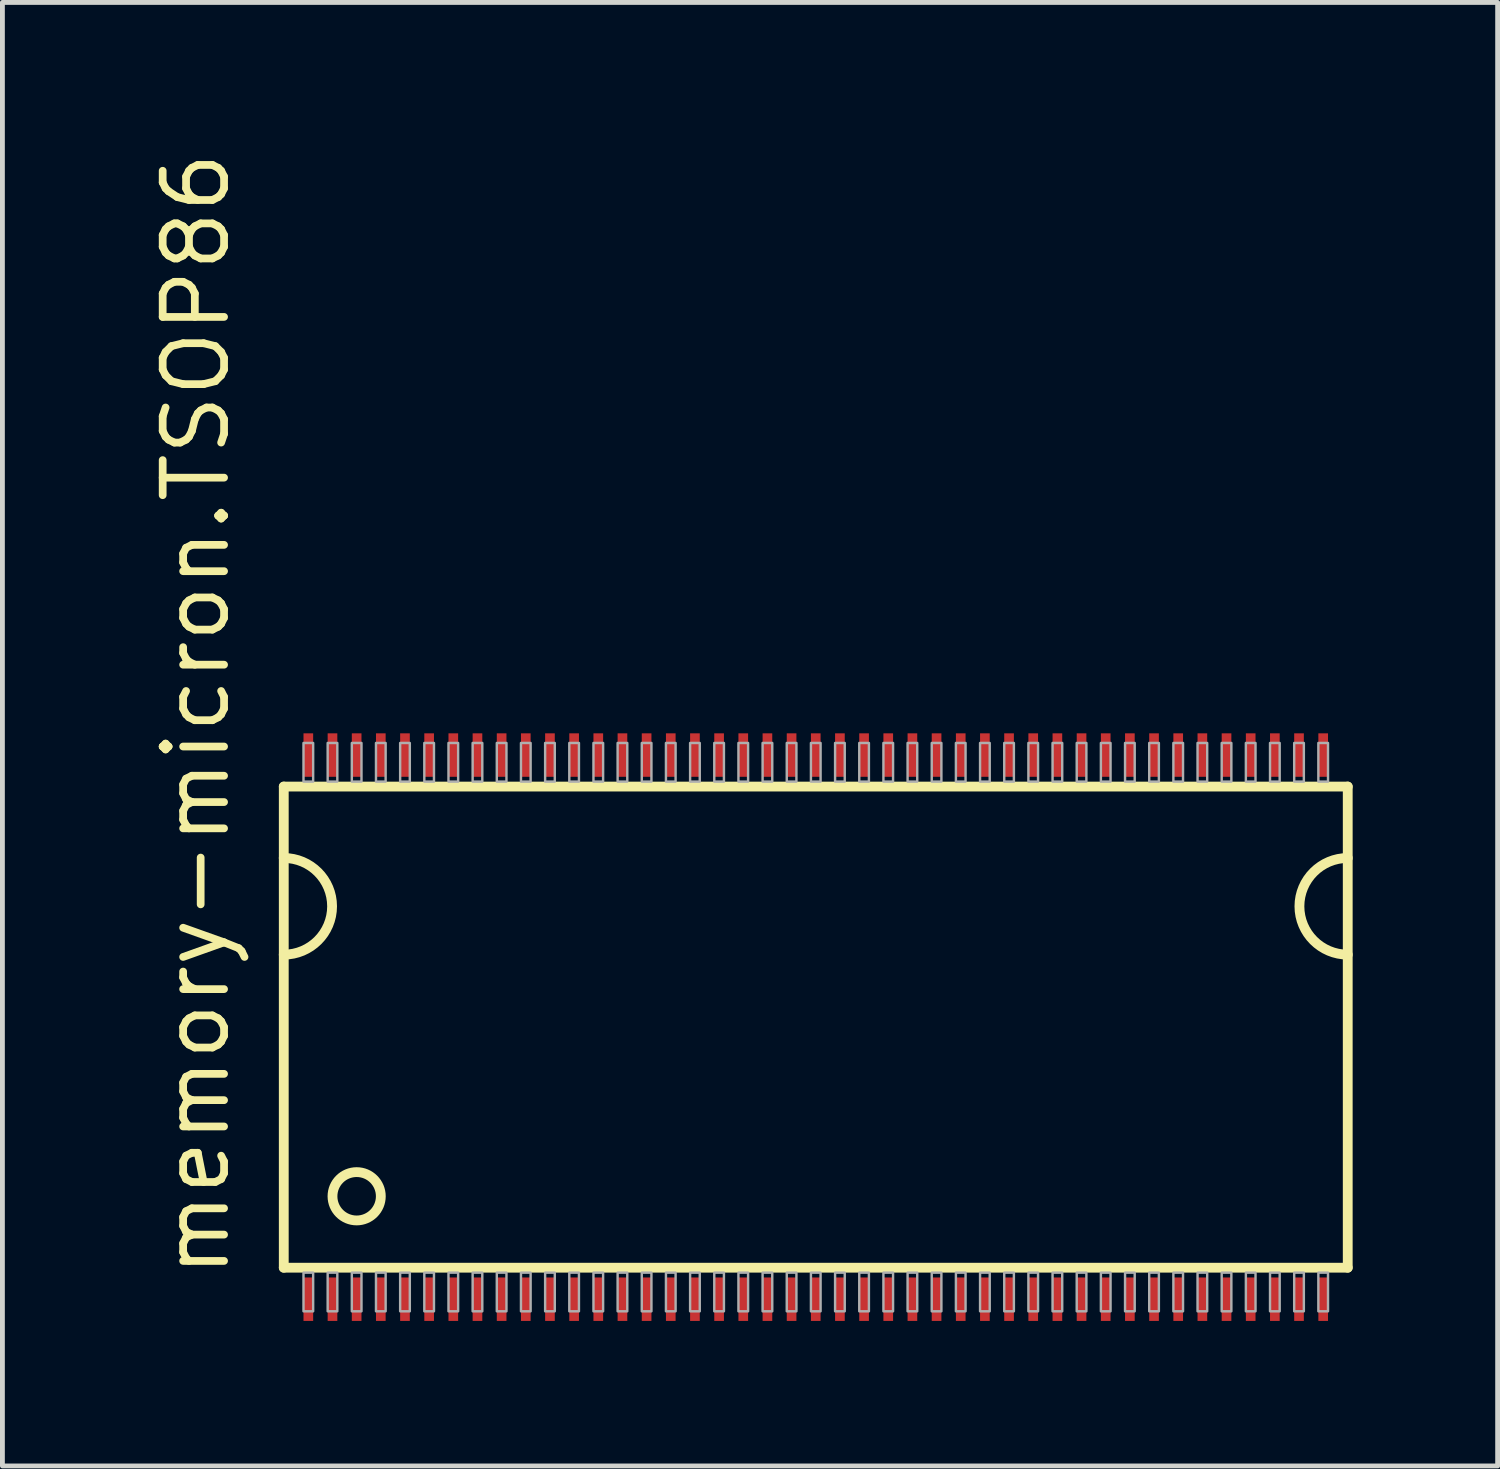
<source format=kicad_pcb>
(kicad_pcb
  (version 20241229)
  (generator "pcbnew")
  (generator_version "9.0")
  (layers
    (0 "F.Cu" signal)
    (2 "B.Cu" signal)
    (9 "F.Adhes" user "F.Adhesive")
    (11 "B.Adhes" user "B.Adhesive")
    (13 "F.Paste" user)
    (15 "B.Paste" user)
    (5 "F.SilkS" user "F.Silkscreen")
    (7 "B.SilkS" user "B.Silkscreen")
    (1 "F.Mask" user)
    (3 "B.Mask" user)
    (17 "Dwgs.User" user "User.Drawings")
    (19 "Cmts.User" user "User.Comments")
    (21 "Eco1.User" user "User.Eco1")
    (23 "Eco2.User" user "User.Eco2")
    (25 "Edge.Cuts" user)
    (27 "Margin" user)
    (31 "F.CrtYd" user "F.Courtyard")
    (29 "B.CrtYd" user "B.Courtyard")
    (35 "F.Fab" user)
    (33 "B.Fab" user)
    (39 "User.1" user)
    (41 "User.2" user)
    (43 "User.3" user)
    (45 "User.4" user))
  (footprint "memory-micron.TSOP86"
    (layer "F.Cu")
    (at 13.83 18.204)
    (property "Reference" "memory-micron.TSOP86" (at -12.08 5.245 90) (layer "F.SilkS") (effects (font (size 1.27 1.27) (thickness 0.16)) (justify left bottom)))
    (attr smd)
    (fp_line (start -11.008 -4.978) (end -11.008 4.978) (stroke (width 0.203) (type default)) (layer "F.SilkS"))
    (fp_line (start -11.008 4.978) (end 11.008 4.978) (stroke (width 0.203) (type default)) (layer "F.SilkS"))
    (fp_line (start 11.008 -4.978) (end -11.008 -4.978) (stroke (width 0.203) (type default)) (layer "F.SilkS"))
    (fp_line (start 11.008 4.978) (end 11.008 -4.978) (stroke (width 0.203) (type default)) (layer "F.SilkS"))
    (fp_arc (start -11.0084 -3.5) (mid -10.0084 -2.5) (end -11.0084 -1.5) (stroke (width 0.2032) (type default)) (layer "F.SilkS"))
    (fp_arc (start 11.0084 -1.5) (mid 10.0084 -2.5) (end 11.0084 -3.5) (stroke (width 0.2032) (type default)) (layer "F.SilkS"))
    (fp_circle (center -9.5 3.5) (end -9 3.5) (stroke (width 0.203) (type default)) (fill no) (layer "F.SilkS"))
    (fp_rect (start -10.6 -5.08) (end -10.4 -5.88) (stroke (width 0.05) (type default)) (fill no) (layer "F.Fab"))
    (fp_rect (start -10.6 5.88) (end -10.4 5.08) (stroke (width 0.05) (type default)) (fill no) (layer "F.Fab"))
    (fp_rect (start -10.1 -5.08) (end -9.9 -5.88) (stroke (width 0.05) (type default)) (fill no) (layer "F.Fab"))
    (fp_rect (start -10.1 5.88) (end -9.9 5.08) (stroke (width 0.05) (type default)) (fill no) (layer "F.Fab"))
    (fp_rect (start -9.6 -5.08) (end -9.4 -5.88) (stroke (width 0.05) (type default)) (fill no) (layer "F.Fab"))
    (fp_rect (start -9.6 5.88) (end -9.4 5.08) (stroke (width 0.05) (type default)) (fill no) (layer "F.Fab"))
    (fp_rect (start -9.1 -5.08) (end -8.9 -5.88) (stroke (width 0.05) (type default)) (fill no) (layer "F.Fab"))
    (fp_rect (start -9.1 5.88) (end -8.9 5.08) (stroke (width 0.05) (type default)) (fill no) (layer "F.Fab"))
    (fp_rect (start -8.6 -5.08) (end -8.4 -5.88) (stroke (width 0.05) (type default)) (fill no) (layer "F.Fab"))
    (fp_rect (start -8.6 5.88) (end -8.4 5.08) (stroke (width 0.05) (type default)) (fill no) (layer "F.Fab"))
    (fp_rect (start -8.1 -5.08) (end -7.9 -5.88) (stroke (width 0.05) (type default)) (fill no) (layer "F.Fab"))
    (fp_rect (start -8.1 5.88) (end -7.9 5.08) (stroke (width 0.05) (type default)) (fill no) (layer "F.Fab"))
    (fp_rect (start -7.6 -5.08) (end -7.4 -5.88) (stroke (width 0.05) (type default)) (fill no) (layer "F.Fab"))
    (fp_rect (start -7.6 5.88) (end -7.4 5.08) (stroke (width 0.05) (type default)) (fill no) (layer "F.Fab"))
    (fp_rect (start -7.1 -5.08) (end -6.9 -5.88) (stroke (width 0.05) (type default)) (fill no) (layer "F.Fab"))
    (fp_rect (start -7.1 5.88) (end -6.9 5.08) (stroke (width 0.05) (type default)) (fill no) (layer "F.Fab"))
    (fp_rect (start -6.6 -5.08) (end -6.4 -5.88) (stroke (width 0.05) (type default)) (fill no) (layer "F.Fab"))
    (fp_rect (start -6.6 5.88) (end -6.4 5.08) (stroke (width 0.05) (type default)) (fill no) (layer "F.Fab"))
    (fp_rect (start -6.1 -5.08) (end -5.9 -5.88) (stroke (width 0.05) (type default)) (fill no) (layer "F.Fab"))
    (fp_rect (start -6.1 5.88) (end -5.9 5.08) (stroke (width 0.05) (type default)) (fill no) (layer "F.Fab"))
    (fp_rect (start -5.6 -5.08) (end -5.4 -5.88) (stroke (width 0.05) (type default)) (fill no) (layer "F.Fab"))
    (fp_rect (start -5.6 5.88) (end -5.4 5.08) (stroke (width 0.05) (type default)) (fill no) (layer "F.Fab"))
    (fp_rect (start -5.1 -5.08) (end -4.9 -5.88) (stroke (width 0.05) (type default)) (fill no) (layer "F.Fab"))
    (fp_rect (start -5.1 5.88) (end -4.9 5.08) (stroke (width 0.05) (type default)) (fill no) (layer "F.Fab"))
    (fp_rect (start -4.6 -5.08) (end -4.4 -5.88) (stroke (width 0.05) (type default)) (fill no) (layer "F.Fab"))
    (fp_rect (start -4.6 5.88) (end -4.4 5.08) (stroke (width 0.05) (type default)) (fill no) (layer "F.Fab"))
    (fp_rect (start -4.1 -5.08) (end -3.9 -5.88) (stroke (width 0.05) (type default)) (fill no) (layer "F.Fab"))
    (fp_rect (start -4.1 5.88) (end -3.9 5.08) (stroke (width 0.05) (type default)) (fill no) (layer "F.Fab"))
    (fp_rect (start -3.6 -5.08) (end -3.4 -5.88) (stroke (width 0.05) (type default)) (fill no) (layer "F.Fab"))
    (fp_rect (start -3.6 5.88) (end -3.4 5.08) (stroke (width 0.05) (type default)) (fill no) (layer "F.Fab"))
    (fp_rect (start -3.1 -5.08) (end -2.9 -5.88) (stroke (width 0.05) (type default)) (fill no) (layer "F.Fab"))
    (fp_rect (start -3.1 5.88) (end -2.9 5.08) (stroke (width 0.05) (type default)) (fill no) (layer "F.Fab"))
    (fp_rect (start -2.6 -5.08) (end -2.4 -5.88) (stroke (width 0.05) (type default)) (fill no) (layer "F.Fab"))
    (fp_rect (start -2.6 5.88) (end -2.4 5.08) (stroke (width 0.05) (type default)) (fill no) (layer "F.Fab"))
    (fp_rect (start -2.1 -5.08) (end -1.9 -5.88) (stroke (width 0.05) (type default)) (fill no) (layer "F.Fab"))
    (fp_rect (start -2.1 5.88) (end -1.9 5.08) (stroke (width 0.05) (type default)) (fill no) (layer "F.Fab"))
    (fp_rect (start -1.6 -5.08) (end -1.4 -5.88) (stroke (width 0.05) (type default)) (fill no) (layer "F.Fab"))
    (fp_rect (start -1.6 5.88) (end -1.4 5.08) (stroke (width 0.05) (type default)) (fill no) (layer "F.Fab"))
    (fp_rect (start -1.1 -5.08) (end -0.9 -5.88) (stroke (width 0.05) (type default)) (fill no) (layer "F.Fab"))
    (fp_rect (start -1.1 5.88) (end -0.9 5.08) (stroke (width 0.05) (type default)) (fill no) (layer "F.Fab"))
    (fp_rect (start -0.6 -5.08) (end -0.4 -5.88) (stroke (width 0.05) (type default)) (fill no) (layer "F.Fab"))
    (fp_rect (start -0.6 5.88) (end -0.4 5.08) (stroke (width 0.05) (type default)) (fill no) (layer "F.Fab"))
    (fp_rect (start -0.1 -5.08) (end 0.1 -5.88) (stroke (width 0.05) (type default)) (fill no) (layer "F.Fab"))
    (fp_rect (start -0.1 5.88) (end 0.1 5.08) (stroke (width 0.05) (type default)) (fill no) (layer "F.Fab"))
    (fp_rect (start 0.4 -5.08) (end 0.6 -5.88) (stroke (width 0.05) (type default)) (fill no) (layer "F.Fab"))
    (fp_rect (start 0.4 5.88) (end 0.6 5.08) (stroke (width 0.05) (type default)) (fill no) (layer "F.Fab"))
    (fp_rect (start 0.9 -5.08) (end 1.1 -5.88) (stroke (width 0.05) (type default)) (fill no) (layer "F.Fab"))
    (fp_rect (start 0.9 5.88) (end 1.1 5.08) (stroke (width 0.05) (type default)) (fill no) (layer "F.Fab"))
    (fp_rect (start 1.4 -5.08) (end 1.6 -5.88) (stroke (width 0.05) (type default)) (fill no) (layer "F.Fab"))
    (fp_rect (start 1.4 5.88) (end 1.6 5.08) (stroke (width 0.05) (type default)) (fill no) (layer "F.Fab"))
    (fp_rect (start 1.9 -5.08) (end 2.1 -5.88) (stroke (width 0.05) (type default)) (fill no) (layer "F.Fab"))
    (fp_rect (start 1.9 5.88) (end 2.1 5.08) (stroke (width 0.05) (type default)) (fill no) (layer "F.Fab"))
    (fp_rect (start 2.4 -5.08) (end 2.6 -5.88) (stroke (width 0.05) (type default)) (fill no) (layer "F.Fab"))
    (fp_rect (start 2.4 5.88) (end 2.6 5.08) (stroke (width 0.05) (type default)) (fill no) (layer "F.Fab"))
    (fp_rect (start 2.9 -5.08) (end 3.1 -5.88) (stroke (width 0.05) (type default)) (fill no) (layer "F.Fab"))
    (fp_rect (start 2.9 5.88) (end 3.1 5.08) (stroke (width 0.05) (type default)) (fill no) (layer "F.Fab"))
    (fp_rect (start 3.4 -5.08) (end 3.6 -5.88) (stroke (width 0.05) (type default)) (fill no) (layer "F.Fab"))
    (fp_rect (start 3.4 5.88) (end 3.6 5.08) (stroke (width 0.05) (type default)) (fill no) (layer "F.Fab"))
    (fp_rect (start 3.9 -5.08) (end 4.1 -5.88) (stroke (width 0.05) (type default)) (fill no) (layer "F.Fab"))
    (fp_rect (start 3.9 5.88) (end 4.1 5.08) (stroke (width 0.05) (type default)) (fill no) (layer "F.Fab"))
    (fp_rect (start 4.4 -5.08) (end 4.6 -5.88) (stroke (width 0.05) (type default)) (fill no) (layer "F.Fab"))
    (fp_rect (start 4.4 5.88) (end 4.6 5.08) (stroke (width 0.05) (type default)) (fill no) (layer "F.Fab"))
    (fp_rect (start 4.9 -5.08) (end 5.1 -5.88) (stroke (width 0.05) (type default)) (fill no) (layer "F.Fab"))
    (fp_rect (start 4.9 5.88) (end 5.1 5.08) (stroke (width 0.05) (type default)) (fill no) (layer "F.Fab"))
    (fp_rect (start 5.4 -5.08) (end 5.6 -5.88) (stroke (width 0.05) (type default)) (fill no) (layer "F.Fab"))
    (fp_rect (start 5.4 5.88) (end 5.6 5.08) (stroke (width 0.05) (type default)) (fill no) (layer "F.Fab"))
    (fp_rect (start 5.9 -5.08) (end 6.1 -5.88) (stroke (width 0.05) (type default)) (fill no) (layer "F.Fab"))
    (fp_rect (start 5.9 5.88) (end 6.1 5.08) (stroke (width 0.05) (type default)) (fill no) (layer "F.Fab"))
    (fp_rect (start 6.4 -5.08) (end 6.6 -5.88) (stroke (width 0.05) (type default)) (fill no) (layer "F.Fab"))
    (fp_rect (start 6.4 5.88) (end 6.6 5.08) (stroke (width 0.05) (type default)) (fill no) (layer "F.Fab"))
    (fp_rect (start 6.9 -5.08) (end 7.1 -5.88) (stroke (width 0.05) (type default)) (fill no) (layer "F.Fab"))
    (fp_rect (start 6.9 5.88) (end 7.1 5.08) (stroke (width 0.05) (type default)) (fill no) (layer "F.Fab"))
    (fp_rect (start 7.4 -5.08) (end 7.6 -5.88) (stroke (width 0.05) (type default)) (fill no) (layer "F.Fab"))
    (fp_rect (start 7.4 5.88) (end 7.6 5.08) (stroke (width 0.05) (type default)) (fill no) (layer "F.Fab"))
    (fp_rect (start 7.9 -5.08) (end 8.1 -5.88) (stroke (width 0.05) (type default)) (fill no) (layer "F.Fab"))
    (fp_rect (start 7.9 5.88) (end 8.1 5.08) (stroke (width 0.05) (type default)) (fill no) (layer "F.Fab"))
    (fp_rect (start 8.4 -5.08) (end 8.6 -5.88) (stroke (width 0.05) (type default)) (fill no) (layer "F.Fab"))
    (fp_rect (start 8.4 5.88) (end 8.6 5.08) (stroke (width 0.05) (type default)) (fill no) (layer "F.Fab"))
    (fp_rect (start 8.9 -5.08) (end 9.1 -5.88) (stroke (width 0.05) (type default)) (fill no) (layer "F.Fab"))
    (fp_rect (start 8.9 5.88) (end 9.1 5.08) (stroke (width 0.05) (type default)) (fill no) (layer "F.Fab"))
    (fp_rect (start 9.4 -5.08) (end 9.6 -5.88) (stroke (width 0.05) (type default)) (fill no) (layer "F.Fab"))
    (fp_rect (start 9.4 5.88) (end 9.6 5.08) (stroke (width 0.05) (type default)) (fill no) (layer "F.Fab"))
    (fp_rect (start 9.9 -5.08) (end 10.1 -5.88) (stroke (width 0.05) (type default)) (fill no) (layer "F.Fab"))
    (fp_rect (start 9.9 5.88) (end 10.1 5.08) (stroke (width 0.05) (type default)) (fill no) (layer "F.Fab"))
    (fp_rect (start 10.4 -5.08) (end 10.6 -5.88) (stroke (width 0.05) (type default)) (fill no) (layer "F.Fab"))
    (fp_rect (start 10.4 5.88) (end 10.6 5.08) (stroke (width 0.05) (type default)) (fill no) (layer "F.Fab"))
    (pad "1" smd roundrect (at -10.5 5.63 90) (size 0.9 0.2) (layers "F.Cu" "F.Mask" "F.Paste") (roundrect_rratio 0.01))
    (pad "2" smd roundrect (at -10 5.63 90) (size 0.9 0.2) (layers "F.Cu" "F.Mask" "F.Paste") (roundrect_rratio 0.01))
    (pad "3" smd roundrect (at -9.5 5.63 90) (size 0.9 0.2) (layers "F.Cu" "F.Mask" "F.Paste") (roundrect_rratio 0.01))
    (pad "4" smd roundrect (at -9 5.63 90) (size 0.9 0.2) (layers "F.Cu" "F.Mask" "F.Paste") (roundrect_rratio 0.01))
    (pad "5" smd roundrect (at -8.5 5.63 90) (size 0.9 0.2) (layers "F.Cu" "F.Mask" "F.Paste") (roundrect_rratio 0.01))
    (pad "6" smd roundrect (at -8 5.63 90) (size 0.9 0.2) (layers "F.Cu" "F.Mask" "F.Paste") (roundrect_rratio 0.01))
    (pad "7" smd roundrect (at -7.5 5.63 90) (size 0.9 0.2) (layers "F.Cu" "F.Mask" "F.Paste") (roundrect_rratio 0.01))
    (pad "8" smd roundrect (at -7 5.63 90) (size 0.9 0.2) (layers "F.Cu" "F.Mask" "F.Paste") (roundrect_rratio 0.01))
    (pad "9" smd roundrect (at -6.5 5.63 90) (size 0.9 0.2) (layers "F.Cu" "F.Mask" "F.Paste") (roundrect_rratio 0.01))
    (pad "10" smd roundrect (at -6 5.63 90) (size 0.9 0.2) (layers "F.Cu" "F.Mask" "F.Paste") (roundrect_rratio 0.01))
    (pad "11" smd roundrect (at -5.5 5.63 90) (size 0.9 0.2) (layers "F.Cu" "F.Mask" "F.Paste") (roundrect_rratio 0.01))
    (pad "12" smd roundrect (at -5 5.63 90) (size 0.9 0.2) (layers "F.Cu" "F.Mask" "F.Paste") (roundrect_rratio 0.01))
    (pad "13" smd roundrect (at -4.5 5.63 90) (size 0.9 0.2) (layers "F.Cu" "F.Mask" "F.Paste") (roundrect_rratio 0.01))
    (pad "14" smd roundrect (at -4 5.63 90) (size 0.9 0.2) (layers "F.Cu" "F.Mask" "F.Paste") (roundrect_rratio 0.01))
    (pad "15" smd roundrect (at -3.5 5.63 90) (size 0.9 0.2) (layers "F.Cu" "F.Mask" "F.Paste") (roundrect_rratio 0.01))
    (pad "16" smd roundrect (at -3 5.63 90) (size 0.9 0.2) (layers "F.Cu" "F.Mask" "F.Paste") (roundrect_rratio 0.01))
    (pad "17" smd roundrect (at -2.5 5.63 90) (size 0.9 0.2) (layers "F.Cu" "F.Mask" "F.Paste") (roundrect_rratio 0.01))
    (pad "18" smd roundrect (at -2 5.63 90) (size 0.9 0.2) (layers "F.Cu" "F.Mask" "F.Paste") (roundrect_rratio 0.01))
    (pad "19" smd roundrect (at -1.5 5.63 90) (size 0.9 0.2) (layers "F.Cu" "F.Mask" "F.Paste") (roundrect_rratio 0.01))
    (pad "20" smd roundrect (at -1 5.63 90) (size 0.9 0.2) (layers "F.Cu" "F.Mask" "F.Paste") (roundrect_rratio 0.01))
    (pad "21" smd roundrect (at -0.5 5.63 90) (size 0.9 0.2) (layers "F.Cu" "F.Mask" "F.Paste") (roundrect_rratio 0.01))
    (pad "22" smd roundrect (at 0 5.63 90) (size 0.9 0.2) (layers "F.Cu" "F.Mask" "F.Paste") (roundrect_rratio 0.01))
    (pad "23" smd roundrect (at 0.5 5.63 90) (size 0.9 0.2) (layers "F.Cu" "F.Mask" "F.Paste") (roundrect_rratio 0.01))
    (pad "24" smd roundrect (at 1 5.63 90) (size 0.9 0.2) (layers "F.Cu" "F.Mask" "F.Paste") (roundrect_rratio 0.01))
    (pad "25" smd roundrect (at 1.5 5.63 90) (size 0.9 0.2) (layers "F.Cu" "F.Mask" "F.Paste") (roundrect_rratio 0.01))
    (pad "26" smd roundrect (at 2 5.63 90) (size 0.9 0.2) (layers "F.Cu" "F.Mask" "F.Paste") (roundrect_rratio 0.01))
    (pad "27" smd roundrect (at 2.5 5.63 90) (size 0.9 0.2) (layers "F.Cu" "F.Mask" "F.Paste") (roundrect_rratio 0.01))
    (pad "28" smd roundrect (at 3 5.63 90) (size 0.9 0.2) (layers "F.Cu" "F.Mask" "F.Paste") (roundrect_rratio 0.01))
    (pad "29" smd roundrect (at 3.5 5.63 90) (size 0.9 0.2) (layers "F.Cu" "F.Mask" "F.Paste") (roundrect_rratio 0.01))
    (pad "30" smd roundrect (at 4 5.63 90) (size 0.9 0.2) (layers "F.Cu" "F.Mask" "F.Paste") (roundrect_rratio 0.01))
    (pad "31" smd roundrect (at 4.5 5.63 90) (size 0.9 0.2) (layers "F.Cu" "F.Mask" "F.Paste") (roundrect_rratio 0.01))
    (pad "32" smd roundrect (at 5 5.63 90) (size 0.9 0.2) (layers "F.Cu" "F.Mask" "F.Paste") (roundrect_rratio 0.01))
    (pad "33" smd roundrect (at 5.5 5.63 90) (size 0.9 0.2) (layers "F.Cu" "F.Mask" "F.Paste") (roundrect_rratio 0.01))
    (pad "34" smd roundrect (at 6 5.63 90) (size 0.9 0.2) (layers "F.Cu" "F.Mask" "F.Paste") (roundrect_rratio 0.01))
    (pad "35" smd roundrect (at 6.5 5.63 90) (size 0.9 0.2) (layers "F.Cu" "F.Mask" "F.Paste") (roundrect_rratio 0.01))
    (pad "36" smd roundrect (at 7 5.63 90) (size 0.9 0.2) (layers "F.Cu" "F.Mask" "F.Paste") (roundrect_rratio 0.01))
    (pad "37" smd roundrect (at 7.5 5.63 90) (size 0.9 0.2) (layers "F.Cu" "F.Mask" "F.Paste") (roundrect_rratio 0.01))
    (pad "38" smd roundrect (at 8 5.63 90) (size 0.9 0.2) (layers "F.Cu" "F.Mask" "F.Paste") (roundrect_rratio 0.01))
    (pad "39" smd roundrect (at 8.5 5.63 90) (size 0.9 0.2) (layers "F.Cu" "F.Mask" "F.Paste") (roundrect_rratio 0.01))
    (pad "40" smd roundrect (at 9 5.63 90) (size 0.9 0.2) (layers "F.Cu" "F.Mask" "F.Paste") (roundrect_rratio 0.01))
    (pad "41" smd roundrect (at 9.5 5.63 90) (size 0.9 0.2) (layers "F.Cu" "F.Mask" "F.Paste") (roundrect_rratio 0.01))
    (pad "42" smd roundrect (at 10 5.63 90) (size 0.9 0.2) (layers "F.Cu" "F.Mask" "F.Paste") (roundrect_rratio 0.01))
    (pad "43" smd roundrect (at 10.5 5.63 90) (size 0.9 0.2) (layers "F.Cu" "F.Mask" "F.Paste") (roundrect_rratio 0.01))
    (pad "44" smd roundrect (at 10.5 -5.63 90) (size 0.9 0.2) (layers "F.Cu" "F.Mask" "F.Paste") (roundrect_rratio 0.01))
    (pad "45" smd roundrect (at 10 -5.63 90) (size 0.9 0.2) (layers "F.Cu" "F.Mask" "F.Paste") (roundrect_rratio 0.01))
    (pad "46" smd roundrect (at 9.5 -5.63 90) (size 0.9 0.2) (layers "F.Cu" "F.Mask" "F.Paste") (roundrect_rratio 0.01))
    (pad "47" smd roundrect (at 9 -5.63 90) (size 0.9 0.2) (layers "F.Cu" "F.Mask" "F.Paste") (roundrect_rratio 0.01))
    (pad "48" smd roundrect (at 8.5 -5.63 90) (size 0.9 0.2) (layers "F.Cu" "F.Mask" "F.Paste") (roundrect_rratio 0.01))
    (pad "49" smd roundrect (at 8 -5.63 90) (size 0.9 0.2) (layers "F.Cu" "F.Mask" "F.Paste") (roundrect_rratio 0.01))
    (pad "50" smd roundrect (at 7.5 -5.63 90) (size 0.9 0.2) (layers "F.Cu" "F.Mask" "F.Paste") (roundrect_rratio 0.01))
    (pad "51" smd roundrect (at 7 -5.63 90) (size 0.9 0.2) (layers "F.Cu" "F.Mask" "F.Paste") (roundrect_rratio 0.01))
    (pad "52" smd roundrect (at 6.5 -5.63 90) (size 0.9 0.2) (layers "F.Cu" "F.Mask" "F.Paste") (roundrect_rratio 0.01))
    (pad "53" smd roundrect (at 6 -5.63 90) (size 0.9 0.2) (layers "F.Cu" "F.Mask" "F.Paste") (roundrect_rratio 0.01))
    (pad "54" smd roundrect (at 5.5 -5.63 90) (size 0.9 0.2) (layers "F.Cu" "F.Mask" "F.Paste") (roundrect_rratio 0.01))
    (pad "55" smd roundrect (at 5 -5.63 90) (size 0.9 0.2) (layers "F.Cu" "F.Mask" "F.Paste") (roundrect_rratio 0.01))
    (pad "56" smd roundrect (at 4.5 -5.63 90) (size 0.9 0.2) (layers "F.Cu" "F.Mask" "F.Paste") (roundrect_rratio 0.01))
    (pad "57" smd roundrect (at 4 -5.63 90) (size 0.9 0.2) (layers "F.Cu" "F.Mask" "F.Paste") (roundrect_rratio 0.01))
    (pad "58" smd roundrect (at 3.5 -5.63 90) (size 0.9 0.2) (layers "F.Cu" "F.Mask" "F.Paste") (roundrect_rratio 0.01))
    (pad "59" smd roundrect (at 3 -5.63 90) (size 0.9 0.2) (layers "F.Cu" "F.Mask" "F.Paste") (roundrect_rratio 0.01))
    (pad "60" smd roundrect (at 2.5 -5.63 90) (size 0.9 0.2) (layers "F.Cu" "F.Mask" "F.Paste") (roundrect_rratio 0.01))
    (pad "61" smd roundrect (at 2 -5.63 90) (size 0.9 0.2) (layers "F.Cu" "F.Mask" "F.Paste") (roundrect_rratio 0.01))
    (pad "62" smd roundrect (at 1.5 -5.63 90) (size 0.9 0.2) (layers "F.Cu" "F.Mask" "F.Paste") (roundrect_rratio 0.01))
    (pad "63" smd roundrect (at 1 -5.63 90) (size 0.9 0.2) (layers "F.Cu" "F.Mask" "F.Paste") (roundrect_rratio 0.01))
    (pad "64" smd roundrect (at 0.5 -5.63 90) (size 0.9 0.2) (layers "F.Cu" "F.Mask" "F.Paste") (roundrect_rratio 0.01))
    (pad "65" smd roundrect (at 0 -5.63 90) (size 0.9 0.2) (layers "F.Cu" "F.Mask" "F.Paste") (roundrect_rratio 0.01))
    (pad "66" smd roundrect (at -0.5 -5.63 90) (size 0.9 0.2) (layers "F.Cu" "F.Mask" "F.Paste") (roundrect_rratio 0.01))
    (pad "67" smd roundrect (at -1 -5.63 90) (size 0.9 0.2) (layers "F.Cu" "F.Mask" "F.Paste") (roundrect_rratio 0.01))
    (pad "68" smd roundrect (at -1.5 -5.63 90) (size 0.9 0.2) (layers "F.Cu" "F.Mask" "F.Paste") (roundrect_rratio 0.01))
    (pad "69" smd roundrect (at -2 -5.63 90) (size 0.9 0.2) (layers "F.Cu" "F.Mask" "F.Paste") (roundrect_rratio 0.01))
    (pad "70" smd roundrect (at -2.5 -5.63 90) (size 0.9 0.2) (layers "F.Cu" "F.Mask" "F.Paste") (roundrect_rratio 0.01))
    (pad "71" smd roundrect (at -3 -5.63 90) (size 0.9 0.2) (layers "F.Cu" "F.Mask" "F.Paste") (roundrect_rratio 0.01))
    (pad "72" smd roundrect (at -3.5 -5.63 90) (size 0.9 0.2) (layers "F.Cu" "F.Mask" "F.Paste") (roundrect_rratio 0.01))
    (pad "73" smd roundrect (at -4 -5.63 90) (size 0.9 0.2) (layers "F.Cu" "F.Mask" "F.Paste") (roundrect_rratio 0.01))
    (pad "74" smd roundrect (at -4.5 -5.63 90) (size 0.9 0.2) (layers "F.Cu" "F.Mask" "F.Paste") (roundrect_rratio 0.01))
    (pad "75" smd roundrect (at -5 -5.63 90) (size 0.9 0.2) (layers "F.Cu" "F.Mask" "F.Paste") (roundrect_rratio 0.01))
    (pad "76" smd roundrect (at -5.5 -5.63 90) (size 0.9 0.2) (layers "F.Cu" "F.Mask" "F.Paste") (roundrect_rratio 0.01))
    (pad "77" smd roundrect (at -6 -5.63 90) (size 0.9 0.2) (layers "F.Cu" "F.Mask" "F.Paste") (roundrect_rratio 0.01))
    (pad "78" smd roundrect (at -6.5 -5.63 90) (size 0.9 0.2) (layers "F.Cu" "F.Mask" "F.Paste") (roundrect_rratio 0.01))
    (pad "79" smd roundrect (at -7 -5.63 90) (size 0.9 0.2) (layers "F.Cu" "F.Mask" "F.Paste") (roundrect_rratio 0.01))
    (pad "80" smd roundrect (at -7.5 -5.63 90) (size 0.9 0.2) (layers "F.Cu" "F.Mask" "F.Paste") (roundrect_rratio 0.01))
    (pad "81" smd roundrect (at -8 -5.63 90) (size 0.9 0.2) (layers "F.Cu" "F.Mask" "F.Paste") (roundrect_rratio 0.01))
    (pad "82" smd roundrect (at -8.5 -5.63 90) (size 0.9 0.2) (layers "F.Cu" "F.Mask" "F.Paste") (roundrect_rratio 0.01))
    (pad "83" smd roundrect (at -9 -5.63 90) (size 0.9 0.2) (layers "F.Cu" "F.Mask" "F.Paste") (roundrect_rratio 0.01))
    (pad "84" smd roundrect (at -9.5 -5.63 90) (size 0.9 0.2) (layers "F.Cu" "F.Mask" "F.Paste") (roundrect_rratio 0.01))
    (pad "85" smd roundrect (at -10 -5.63 90) (size 0.9 0.2) (layers "F.Cu" "F.Mask" "F.Paste") (roundrect_rratio 0.01))
    (pad "86" smd roundrect (at -10.5 -5.63 90) (size 0.9 0.2) (layers "F.Cu" "F.Mask" "F.Paste") (roundrect_rratio 0.01)))
  (gr_rect
    (start -3 -3)
    (end 27.94 27.284)
    (stroke (width 0.1) (type default))
    (fill no)
    (layer "Edge.Cuts")))
</source>
